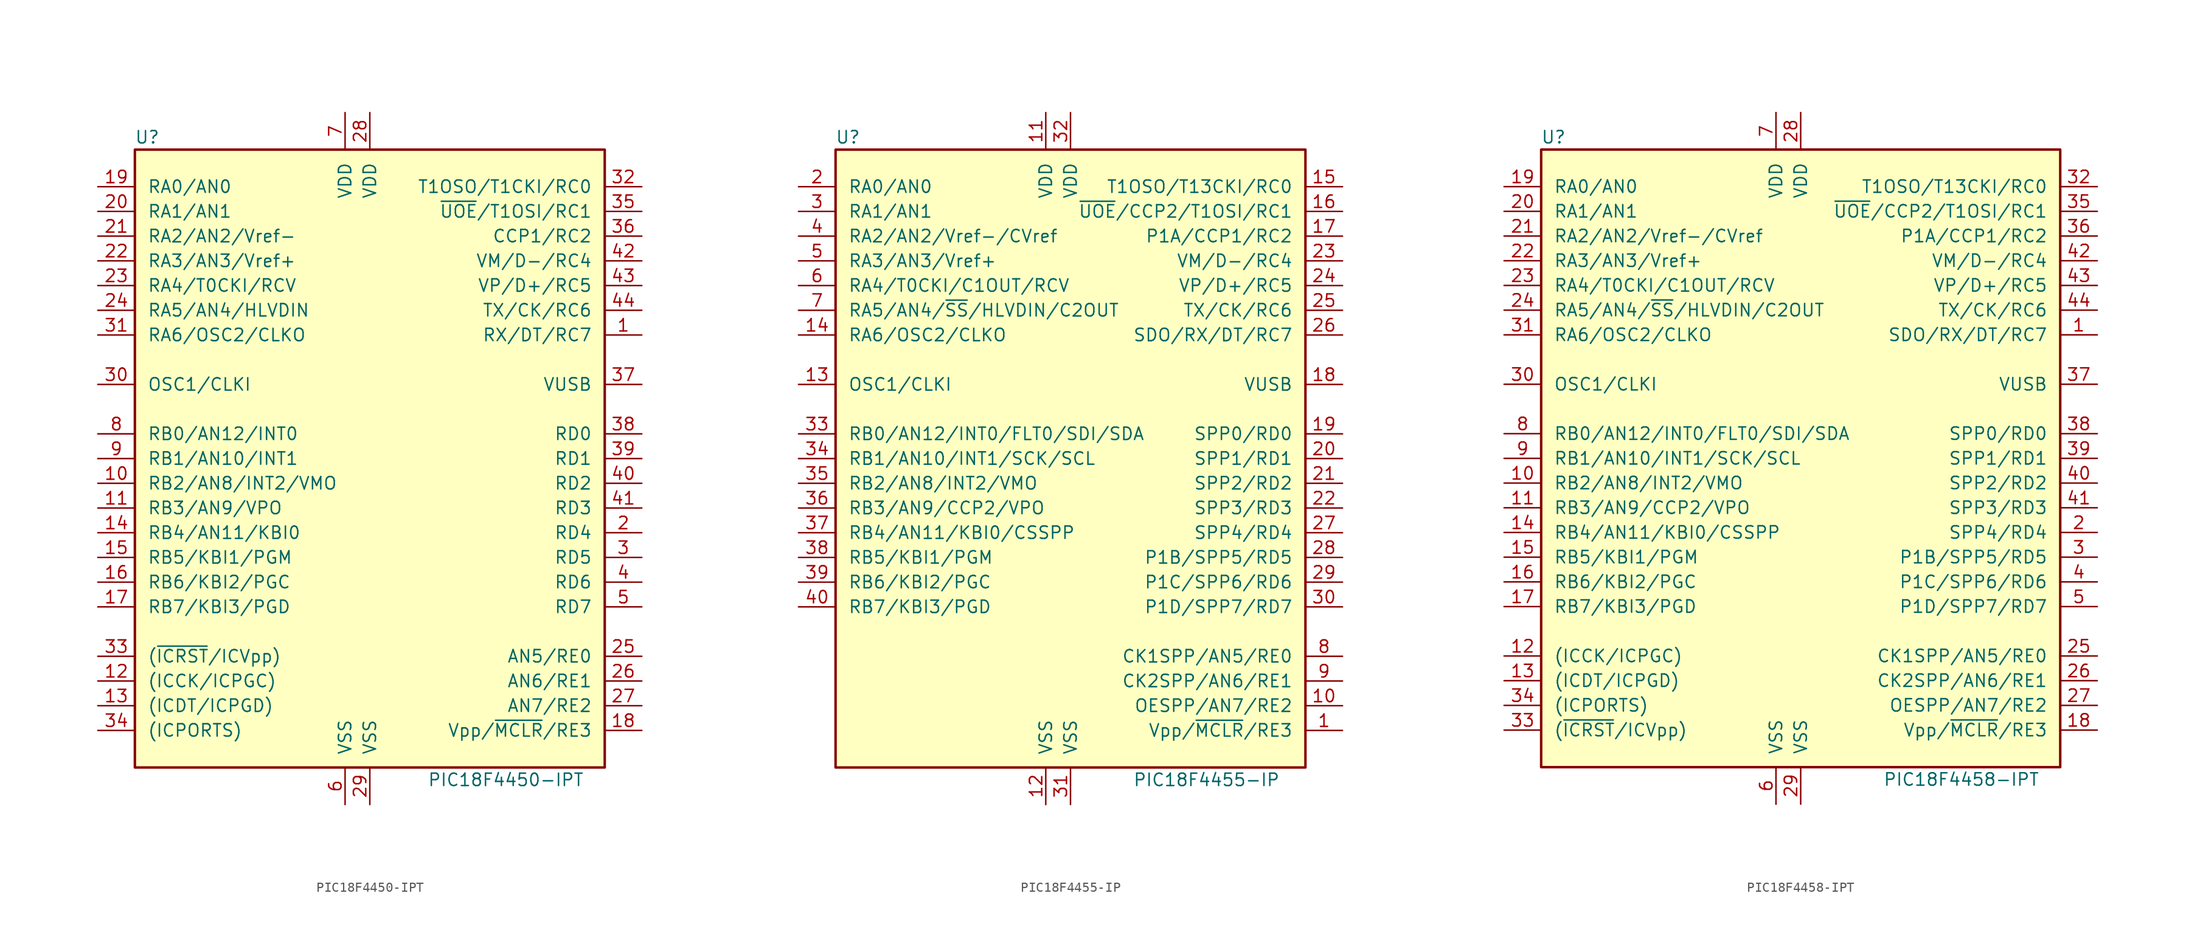
<source format=kicad_sym>
(kicad_symbol_lib
  (version 20231120)
  (generator "kicad_symbol_editor")
  (generator_version "8.0")
  (symbol "PIC18F4450-IPT"
    (pin_names
      (offset 1.27))
    (property "Reference" "U"
      (at -22.86 33.02 0)
      (effects (font (size 1.27 1.27))))
    (property "Value" "PIC18F4450-IPT"
      (at 13.97 -33.02 0)
      (effects (font (size 1.27 1.27))))
    (symbol "PIC18F4450-IPT_0_1"
      (rectangle (start -24.13 31.75) (end 24.13 -31.75) (stroke (width 0.254) (type default)) (fill (type background))))
    (symbol "PIC18F4450-IPT_1_1"
      (pin bidirectional line (at 27.94 12.7 180) (length 3.81) (name "RX/DT/RC7" (effects (font (size 1.27 1.27)))) (number "1" (effects (font (size 1.27 1.27)))))
      (pin bidirectional line (at -27.94 -2.54 0) (length 3.81) (name "RB2/AN8/INT2/VMO" (effects (font (size 1.27 1.27)))) (number "10" (effects (font (size 1.27 1.27)))))
      (pin bidirectional line (at -27.94 -5.08 0) (length 3.81) (name "RB3/AN9/VPO" (effects (font (size 1.27 1.27)))) (number "11" (effects (font (size 1.27 1.27)))))
      (pin bidirectional line (at -27.94 -22.86 0) (length 3.81) (name "(ICCK/ICPGC)" (effects (font (size 1.27 1.27)))) (number "12" (effects (font (size 1.27 1.27)))))
      (pin bidirectional line (at -27.94 -25.4 0) (length 3.81) (name "(ICDT/ICPGD)" (effects (font (size 1.27 1.27)))) (number "13" (effects (font (size 1.27 1.27)))))
      (pin bidirectional line (at -27.94 -7.62 0) (length 3.81) (name "RB4/AN11/KBI0" (effects (font (size 1.27 1.27)))) (number "14" (effects (font (size 1.27 1.27)))))
      (pin bidirectional line (at -27.94 -10.16 0) (length 3.81) (name "RB5/KBI1/PGM" (effects (font (size 1.27 1.27)))) (number "15" (effects (font (size 1.27 1.27)))))
      (pin bidirectional line (at -27.94 -12.7 0) (length 3.81) (name "RB6/KBI2/PGC" (effects (font (size 1.27 1.27)))) (number "16" (effects (font (size 1.27 1.27)))))
      (pin bidirectional line (at -27.94 -15.24 0) (length 3.81) (name "RB7/KBI3/PGD" (effects (font (size 1.27 1.27)))) (number "17" (effects (font (size 1.27 1.27)))))
      (pin input line (at 27.94 -27.94 180) (length 3.81) (name "Vpp/~{MCLR}/RE3" (effects (font (size 1.27 1.27)))) (number "18" (effects (font (size 1.27 1.27)))))
      (pin bidirectional line (at -27.94 27.94 0) (length 3.81) (name "RA0/AN0" (effects (font (size 1.27 1.27)))) (number "19" (effects (font (size 1.27 1.27)))))
      (pin bidirectional line (at 27.94 -7.62 180) (length 3.81) (name "RD4" (effects (font (size 1.27 1.27)))) (number "2" (effects (font (size 1.27 1.27)))))
      (pin bidirectional line (at -27.94 25.4 0) (length 3.81) (name "RA1/AN1" (effects (font (size 1.27 1.27)))) (number "20" (effects (font (size 1.27 1.27)))))
      (pin bidirectional line (at -27.94 22.86 0) (length 3.81) (name "RA2/AN2/Vref-" (effects (font (size 1.27 1.27)))) (number "21" (effects (font (size 1.27 1.27)))))
      (pin bidirectional line (at -27.94 20.32 0) (length 3.81) (name "RA3/AN3/Vref+" (effects (font (size 1.27 1.27)))) (number "22" (effects (font (size 1.27 1.27)))))
      (pin bidirectional line (at -27.94 17.78 0) (length 3.81) (name "RA4/T0CKI/RCV" (effects (font (size 1.27 1.27)))) (number "23" (effects (font (size 1.27 1.27)))))
      (pin bidirectional line (at -27.94 15.24 0) (length 3.81) (name "RA5/AN4/HLVDIN" (effects (font (size 1.27 1.27)))) (number "24" (effects (font (size 1.27 1.27)))))
      (pin bidirectional line (at 27.94 -20.32 180) (length 3.81) (name "AN5/RE0" (effects (font (size 1.27 1.27)))) (number "25" (effects (font (size 1.27 1.27)))))
      (pin bidirectional line (at 27.94 -22.86 180) (length 3.81) (name "AN6/RE1" (effects (font (size 1.27 1.27)))) (number "26" (effects (font (size 1.27 1.27)))))
      (pin bidirectional line (at 27.94 -25.4 180) (length 3.81) (name "AN7/RE2" (effects (font (size 1.27 1.27)))) (number "27" (effects (font (size 1.27 1.27)))))
      (pin power_in line (at 0 35.56 270) (length 3.81) (name "VDD" (effects (font (size 1.27 1.27)))) (number "28" (effects (font (size 1.27 1.27)))))
      (pin power_in line (at 0 -35.56 90) (length 3.81) (name "VSS" (effects (font (size 1.27 1.27)))) (number "29" (effects (font (size 1.27 1.27)))))
      (pin bidirectional line (at 27.94 -10.16 180) (length 3.81) (name "RD5" (effects (font (size 1.27 1.27)))) (number "3" (effects (font (size 1.27 1.27)))))
      (pin input line (at -27.94 7.62 0) (length 3.81) (name "OSC1/CLKI" (effects (font (size 1.27 1.27)))) (number "30" (effects (font (size 1.27 1.27)))))
      (pin output line (at -27.94 12.7 0) (length 3.81) (name "RA6/OSC2/CLKO" (effects (font (size 1.27 1.27)))) (number "31" (effects (font (size 1.27 1.27)))))
      (pin bidirectional line (at 27.94 27.94 180) (length 3.81) (name "T1OSO/T1CKI/RC0" (effects (font (size 1.27 1.27)))) (number "32" (effects (font (size 1.27 1.27)))))
      (pin input line (at -27.94 -20.32 0) (length 3.81) (name "(~{ICRST}/ICVpp)" (effects (font (size 1.27 1.27)))) (number "33" (effects (font (size 1.27 1.27)))))
      (pin bidirectional line (at -27.94 -27.94 0) (length 3.81) (name "(ICPORTS)" (effects (font (size 1.27 1.27)))) (number "34" (effects (font (size 1.27 1.27)))))
      (pin bidirectional line (at 27.94 25.4 180) (length 3.81) (name "~{UOE}/T1OSI/RC1" (effects (font (size 1.27 1.27)))) (number "35" (effects (font (size 1.27 1.27)))))
      (pin bidirectional line (at 27.94 22.86 180) (length 3.81) (name "CCP1/RC2" (effects (font (size 1.27 1.27)))) (number "36" (effects (font (size 1.27 1.27)))))
      (pin bidirectional line (at 27.94 7.62 180) (length 3.81) (name "VUSB" (effects (font (size 1.27 1.27)))) (number "37" (effects (font (size 1.27 1.27)))))
      (pin bidirectional line (at 27.94 2.54 180) (length 3.81) (name "RD0" (effects (font (size 1.27 1.27)))) (number "38" (effects (font (size 1.27 1.27)))))
      (pin bidirectional line (at 27.94 0 180) (length 3.81) (name "RD1" (effects (font (size 1.27 1.27)))) (number "39" (effects (font (size 1.27 1.27)))))
      (pin bidirectional line (at 27.94 -12.7 180) (length 3.81) (name "RD6" (effects (font (size 1.27 1.27)))) (number "4" (effects (font (size 1.27 1.27)))))
      (pin bidirectional line (at 27.94 -2.54 180) (length 3.81) (name "RD2" (effects (font (size 1.27 1.27)))) (number "40" (effects (font (size 1.27 1.27)))))
      (pin bidirectional line (at 27.94 -5.08 180) (length 3.81) (name "RD3" (effects (font (size 1.27 1.27)))) (number "41" (effects (font (size 1.27 1.27)))))
      (pin bidirectional line (at 27.94 20.32 180) (length 3.81) (name "VM/D-/RC4" (effects (font (size 1.27 1.27)))) (number "42" (effects (font (size 1.27 1.27)))))
      (pin bidirectional line (at 27.94 17.78 180) (length 3.81) (name "VP/D+/RC5" (effects (font (size 1.27 1.27)))) (number "43" (effects (font (size 1.27 1.27)))))
      (pin bidirectional line (at 27.94 15.24 180) (length 3.81) (name "TX/CK/RC6" (effects (font (size 1.27 1.27)))) (number "44" (effects (font (size 1.27 1.27)))))
      (pin bidirectional line (at 27.94 -15.24 180) (length 3.81) (name "RD7" (effects (font (size 1.27 1.27)))) (number "5" (effects (font (size 1.27 1.27)))))
      (pin power_in line (at -2.54 -35.56 90) (length 3.81) (name "VSS" (effects (font (size 1.27 1.27)))) (number "6" (effects (font (size 1.27 1.27)))))
      (pin power_in line (at -2.54 35.56 270) (length 3.81) (name "VDD" (effects (font (size 1.27 1.27)))) (number "7" (effects (font (size 1.27 1.27)))))
      (pin bidirectional line (at -27.94 2.54 0) (length 3.81) (name "RB0/AN12/INT0" (effects (font (size 1.27 1.27)))) (number "8" (effects (font (size 1.27 1.27)))))
      (pin bidirectional line (at -27.94 0 0) (length 3.81) (name "RB1/AN10/INT1" (effects (font (size 1.27 1.27)))) (number "9" (effects (font (size 1.27 1.27)))))))
  (symbol "PIC18F4455-IP"
    (pin_names
      (offset 1.27))
    (property "Reference" "U"
      (at -22.86 33.02 0)
      (effects (font (size 1.27 1.27))))
    (property "Value" "PIC18F4455-IP"
      (at 13.97 -33.02 0)
      (effects (font (size 1.27 1.27))))
    (symbol "PIC18F4455-IP_0_1"
      (rectangle (start -24.13 31.75) (end 24.13 -31.75) (stroke (width 0.254) (type default)) (fill (type background))))
    (symbol "PIC18F4455-IP_1_1"
      (pin input line (at 27.94 -27.94 180) (length 3.81) (name "Vpp/~{MCLR}/RE3" (effects (font (size 1.27 1.27)))) (number "1" (effects (font (size 1.27 1.27)))))
      (pin bidirectional line (at 27.94 -25.4 180) (length 3.81) (name "OESPP/AN7/RE2" (effects (font (size 1.27 1.27)))) (number "10" (effects (font (size 1.27 1.27)))))
      (pin power_in line (at -2.54 35.56 270) (length 3.81) (name "VDD" (effects (font (size 1.27 1.27)))) (number "11" (effects (font (size 1.27 1.27)))))
      (pin power_in line (at -2.54 -35.56 90) (length 3.81) (name "VSS" (effects (font (size 1.27 1.27)))) (number "12" (effects (font (size 1.27 1.27)))))
      (pin input line (at -27.94 7.62 0) (length 3.81) (name "OSC1/CLKI" (effects (font (size 1.27 1.27)))) (number "13" (effects (font (size 1.27 1.27)))))
      (pin output line (at -27.94 12.7 0) (length 3.81) (name "RA6/OSC2/CLKO" (effects (font (size 1.27 1.27)))) (number "14" (effects (font (size 1.27 1.27)))))
      (pin bidirectional line (at 27.94 27.94 180) (length 3.81) (name "T1OSO/T13CKI/RC0" (effects (font (size 1.27 1.27)))) (number "15" (effects (font (size 1.27 1.27)))))
      (pin bidirectional line (at 27.94 25.4 180) (length 3.81) (name "~{UOE}/CCP2/T1OSI/RC1" (effects (font (size 1.27 1.27)))) (number "16" (effects (font (size 1.27 1.27)))))
      (pin bidirectional line (at 27.94 22.86 180) (length 3.81) (name "P1A/CCP1/RC2" (effects (font (size 1.27 1.27)))) (number "17" (effects (font (size 1.27 1.27)))))
      (pin bidirectional line (at 27.94 7.62 180) (length 3.81) (name "VUSB" (effects (font (size 1.27 1.27)))) (number "18" (effects (font (size 1.27 1.27)))))
      (pin bidirectional line (at 27.94 2.54 180) (length 3.81) (name "SPP0/RD0" (effects (font (size 1.27 1.27)))) (number "19" (effects (font (size 1.27 1.27)))))
      (pin bidirectional line (at -27.94 27.94 0) (length 3.81) (name "RA0/AN0" (effects (font (size 1.27 1.27)))) (number "2" (effects (font (size 1.27 1.27)))))
      (pin bidirectional line (at 27.94 0 180) (length 3.81) (name "SPP1/RD1" (effects (font (size 1.27 1.27)))) (number "20" (effects (font (size 1.27 1.27)))))
      (pin bidirectional line (at 27.94 -2.54 180) (length 3.81) (name "SPP2/RD2" (effects (font (size 1.27 1.27)))) (number "21" (effects (font (size 1.27 1.27)))))
      (pin bidirectional line (at 27.94 -5.08 180) (length 3.81) (name "SPP3/RD3" (effects (font (size 1.27 1.27)))) (number "22" (effects (font (size 1.27 1.27)))))
      (pin bidirectional line (at 27.94 20.32 180) (length 3.81) (name "VM/D-/RC4" (effects (font (size 1.27 1.27)))) (number "23" (effects (font (size 1.27 1.27)))))
      (pin bidirectional line (at 27.94 17.78 180) (length 3.81) (name "VP/D+/RC5" (effects (font (size 1.27 1.27)))) (number "24" (effects (font (size 1.27 1.27)))))
      (pin bidirectional line (at 27.94 15.24 180) (length 3.81) (name "TX/CK/RC6" (effects (font (size 1.27 1.27)))) (number "25" (effects (font (size 1.27 1.27)))))
      (pin bidirectional line (at 27.94 12.7 180) (length 3.81) (name "SDO/RX/DT/RC7" (effects (font (size 1.27 1.27)))) (number "26" (effects (font (size 1.27 1.27)))))
      (pin bidirectional line (at 27.94 -7.62 180) (length 3.81) (name "SPP4/RD4" (effects (font (size 1.27 1.27)))) (number "27" (effects (font (size 1.27 1.27)))))
      (pin bidirectional line (at 27.94 -10.16 180) (length 3.81) (name "P1B/SPP5/RD5" (effects (font (size 1.27 1.27)))) (number "28" (effects (font (size 1.27 1.27)))))
      (pin bidirectional line (at 27.94 -12.7 180) (length 3.81) (name "P1C/SPP6/RD6" (effects (font (size 1.27 1.27)))) (number "29" (effects (font (size 1.27 1.27)))))
      (pin bidirectional line (at -27.94 25.4 0) (length 3.81) (name "RA1/AN1" (effects (font (size 1.27 1.27)))) (number "3" (effects (font (size 1.27 1.27)))))
      (pin bidirectional line (at 27.94 -15.24 180) (length 3.81) (name "P1D/SPP7/RD7" (effects (font (size 1.27 1.27)))) (number "30" (effects (font (size 1.27 1.27)))))
      (pin power_in line (at 0 -35.56 90) (length 3.81) (name "VSS" (effects (font (size 1.27 1.27)))) (number "31" (effects (font (size 1.27 1.27)))))
      (pin power_in line (at 0 35.56 270) (length 3.81) (name "VDD" (effects (font (size 1.27 1.27)))) (number "32" (effects (font (size 1.27 1.27)))))
      (pin bidirectional line (at -27.94 2.54 0) (length 3.81) (name "RB0/AN12/INT0/FLT0/SDI/SDA" (effects (font (size 1.27 1.27)))) (number "33" (effects (font (size 1.27 1.27)))))
      (pin bidirectional line (at -27.94 0 0) (length 3.81) (name "RB1/AN10/INT1/SCK/SCL" (effects (font (size 1.27 1.27)))) (number "34" (effects (font (size 1.27 1.27)))))
      (pin bidirectional line (at -27.94 -2.54 0) (length 3.81) (name "RB2/AN8/INT2/VMO" (effects (font (size 1.27 1.27)))) (number "35" (effects (font (size 1.27 1.27)))))
      (pin bidirectional line (at -27.94 -5.08 0) (length 3.81) (name "RB3/AN9/CCP2/VPO" (effects (font (size 1.27 1.27)))) (number "36" (effects (font (size 1.27 1.27)))))
      (pin bidirectional line (at -27.94 -7.62 0) (length 3.81) (name "RB4/AN11/KBI0/CSSPP" (effects (font (size 1.27 1.27)))) (number "37" (effects (font (size 1.27 1.27)))))
      (pin bidirectional line (at -27.94 -10.16 0) (length 3.81) (name "RB5/KBI1/PGM" (effects (font (size 1.27 1.27)))) (number "38" (effects (font (size 1.27 1.27)))))
      (pin bidirectional line (at -27.94 -12.7 0) (length 3.81) (name "RB6/KBI2/PGC" (effects (font (size 1.27 1.27)))) (number "39" (effects (font (size 1.27 1.27)))))
      (pin bidirectional line (at -27.94 22.86 0) (length 3.81) (name "RA2/AN2/Vref-/CVref" (effects (font (size 1.27 1.27)))) (number "4" (effects (font (size 1.27 1.27)))))
      (pin bidirectional line (at -27.94 -15.24 0) (length 3.81) (name "RB7/KBI3/PGD" (effects (font (size 1.27 1.27)))) (number "40" (effects (font (size 1.27 1.27)))))
      (pin bidirectional line (at -27.94 20.32 0) (length 3.81) (name "RA3/AN3/Vref+" (effects (font (size 1.27 1.27)))) (number "5" (effects (font (size 1.27 1.27)))))
      (pin bidirectional line (at -27.94 17.78 0) (length 3.81) (name "RA4/T0CKI/C1OUT/RCV" (effects (font (size 1.27 1.27)))) (number "6" (effects (font (size 1.27 1.27)))))
      (pin bidirectional line (at -27.94 15.24 0) (length 3.81) (name "RA5/AN4/~{SS}/HLVDIN/C2OUT" (effects (font (size 1.27 1.27)))) (number "7" (effects (font (size 1.27 1.27)))))
      (pin bidirectional line (at 27.94 -20.32 180) (length 3.81) (name "CK1SPP/AN5/RE0" (effects (font (size 1.27 1.27)))) (number "8" (effects (font (size 1.27 1.27)))))
      (pin bidirectional line (at 27.94 -22.86 180) (length 3.81) (name "CK2SPP/AN6/RE1" (effects (font (size 1.27 1.27)))) (number "9" (effects (font (size 1.27 1.27)))))))
  (symbol "PIC18F4458-IPT"
    (pin_names
      (offset 1.27))
    (property "Reference" "U"
      (at -25.4 33.02 0)
      (effects (font (size 1.27 1.27))))
    (property "Value" "PIC18F4458-IPT"
      (at 16.51 -33.02 0)
      (effects (font (size 1.27 1.27))))
    (symbol "PIC18F4458-IPT_0_1"
      (rectangle (start -26.67 31.75) (end 26.67 -31.75) (stroke (width 0.254) (type default)) (fill (type background))))
    (symbol "PIC18F4458-IPT_1_1"
      (pin bidirectional line (at 30.48 12.7 180) (length 3.81) (name "SDO/RX/DT/RC7" (effects (font (size 1.27 1.27)))) (number "1" (effects (font (size 1.27 1.27)))))
      (pin bidirectional line (at -30.48 -2.54 0) (length 3.81) (name "RB2/AN8/INT2/VMO" (effects (font (size 1.27 1.27)))) (number "10" (effects (font (size 1.27 1.27)))))
      (pin bidirectional line (at -30.48 -5.08 0) (length 3.81) (name "RB3/AN9/CCP2/VPO" (effects (font (size 1.27 1.27)))) (number "11" (effects (font (size 1.27 1.27)))))
      (pin bidirectional line (at -30.48 -20.32 0) (length 3.81) (name "(ICCK/ICPGC)" (effects (font (size 1.27 1.27)))) (number "12" (effects (font (size 1.27 1.27)))))
      (pin bidirectional line (at -30.48 -22.86 0) (length 3.81) (name "(ICDT/ICPGD)" (effects (font (size 1.27 1.27)))) (number "13" (effects (font (size 1.27 1.27)))))
      (pin bidirectional line (at -30.48 -7.62 0) (length 3.81) (name "RB4/AN11/KBI0/CSSPP" (effects (font (size 1.27 1.27)))) (number "14" (effects (font (size 1.27 1.27)))))
      (pin bidirectional line (at -30.48 -10.16 0) (length 3.81) (name "RB5/KBI1/PGM" (effects (font (size 1.27 1.27)))) (number "15" (effects (font (size 1.27 1.27)))))
      (pin bidirectional line (at -30.48 -12.7 0) (length 3.81) (name "RB6/KBI2/PGC" (effects (font (size 1.27 1.27)))) (number "16" (effects (font (size 1.27 1.27)))))
      (pin bidirectional line (at -30.48 -15.24 0) (length 3.81) (name "RB7/KBI3/PGD" (effects (font (size 1.27 1.27)))) (number "17" (effects (font (size 1.27 1.27)))))
      (pin input line (at 30.48 -27.94 180) (length 3.81) (name "Vpp/~{MCLR}/RE3" (effects (font (size 1.27 1.27)))) (number "18" (effects (font (size 1.27 1.27)))))
      (pin bidirectional line (at -30.48 27.94 0) (length 3.81) (name "RA0/AN0" (effects (font (size 1.27 1.27)))) (number "19" (effects (font (size 1.27 1.27)))))
      (pin bidirectional line (at 30.48 -7.62 180) (length 3.81) (name "SPP4/RD4" (effects (font (size 1.27 1.27)))) (number "2" (effects (font (size 1.27 1.27)))))
      (pin bidirectional line (at -30.48 25.4 0) (length 3.81) (name "RA1/AN1" (effects (font (size 1.27 1.27)))) (number "20" (effects (font (size 1.27 1.27)))))
      (pin bidirectional line (at -30.48 22.86 0) (length 3.81) (name "RA2/AN2/Vref-/CVref" (effects (font (size 1.27 1.27)))) (number "21" (effects (font (size 1.27 1.27)))))
      (pin bidirectional line (at -30.48 20.32 0) (length 3.81) (name "RA3/AN3/Vref+" (effects (font (size 1.27 1.27)))) (number "22" (effects (font (size 1.27 1.27)))))
      (pin bidirectional line (at -30.48 17.78 0) (length 3.81) (name "RA4/T0CKI/C1OUT/RCV" (effects (font (size 1.27 1.27)))) (number "23" (effects (font (size 1.27 1.27)))))
      (pin bidirectional line (at -30.48 15.24 0) (length 3.81) (name "RA5/AN4/~{SS}/HLVDIN/C2OUT" (effects (font (size 1.27 1.27)))) (number "24" (effects (font (size 1.27 1.27)))))
      (pin bidirectional line (at 30.48 -20.32 180) (length 3.81) (name "CK1SPP/AN5/RE0" (effects (font (size 1.27 1.27)))) (number "25" (effects (font (size 1.27 1.27)))))
      (pin bidirectional line (at 30.48 -22.86 180) (length 3.81) (name "CK2SPP/AN6/RE1" (effects (font (size 1.27 1.27)))) (number "26" (effects (font (size 1.27 1.27)))))
      (pin bidirectional line (at 30.48 -25.4 180) (length 3.81) (name "OESPP/AN7/RE2" (effects (font (size 1.27 1.27)))) (number "27" (effects (font (size 1.27 1.27)))))
      (pin power_in line (at 0 35.56 270) (length 3.81) (name "VDD" (effects (font (size 1.27 1.27)))) (number "28" (effects (font (size 1.27 1.27)))))
      (pin power_in line (at 0 -35.56 90) (length 3.81) (name "VSS" (effects (font (size 1.27 1.27)))) (number "29" (effects (font (size 1.27 1.27)))))
      (pin bidirectional line (at 30.48 -10.16 180) (length 3.81) (name "P1B/SPP5/RD5" (effects (font (size 1.27 1.27)))) (number "3" (effects (font (size 1.27 1.27)))))
      (pin input line (at -30.48 7.62 0) (length 3.81) (name "OSC1/CLKI" (effects (font (size 1.27 1.27)))) (number "30" (effects (font (size 1.27 1.27)))))
      (pin bidirectional line (at -30.48 12.7 0) (length 3.81) (name "RA6/OSC2/CLKO" (effects (font (size 1.27 1.27)))) (number "31" (effects (font (size 1.27 1.27)))))
      (pin bidirectional line (at 30.48 27.94 180) (length 3.81) (name "T1OSO/T13CKI/RC0" (effects (font (size 1.27 1.27)))) (number "32" (effects (font (size 1.27 1.27)))))
      (pin input line (at -30.48 -27.94 0) (length 3.81) (name "(~{ICRST}/ICVpp)" (effects (font (size 1.27 1.27)))) (number "33" (effects (font (size 1.27 1.27)))))
      (pin input line (at -30.48 -25.4 0) (length 3.81) (name "(ICPORTS)" (effects (font (size 1.27 1.27)))) (number "34" (effects (font (size 1.27 1.27)))))
      (pin bidirectional line (at 30.48 25.4 180) (length 3.81) (name "~{UOE}/CCP2/T1OSI/RC1" (effects (font (size 1.27 1.27)))) (number "35" (effects (font (size 1.27 1.27)))))
      (pin bidirectional line (at 30.48 22.86 180) (length 3.81) (name "P1A/CCP1/RC2" (effects (font (size 1.27 1.27)))) (number "36" (effects (font (size 1.27 1.27)))))
      (pin bidirectional line (at 30.48 7.62 180) (length 3.81) (name "VUSB" (effects (font (size 1.27 1.27)))) (number "37" (effects (font (size 1.27 1.27)))))
      (pin bidirectional line (at 30.48 2.54 180) (length 3.81) (name "SPP0/RD0" (effects (font (size 1.27 1.27)))) (number "38" (effects (font (size 1.27 1.27)))))
      (pin bidirectional line (at 30.48 0 180) (length 3.81) (name "SPP1/RD1" (effects (font (size 1.27 1.27)))) (number "39" (effects (font (size 1.27 1.27)))))
      (pin bidirectional line (at 30.48 -12.7 180) (length 3.81) (name "P1C/SPP6/RD6" (effects (font (size 1.27 1.27)))) (number "4" (effects (font (size 1.27 1.27)))))
      (pin bidirectional line (at 30.48 -2.54 180) (length 3.81) (name "SPP2/RD2" (effects (font (size 1.27 1.27)))) (number "40" (effects (font (size 1.27 1.27)))))
      (pin bidirectional line (at 30.48 -5.08 180) (length 3.81) (name "SPP3/RD3" (effects (font (size 1.27 1.27)))) (number "41" (effects (font (size 1.27 1.27)))))
      (pin bidirectional line (at 30.48 20.32 180) (length 3.81) (name "VM/D-/RC4" (effects (font (size 1.27 1.27)))) (number "42" (effects (font (size 1.27 1.27)))))
      (pin bidirectional line (at 30.48 17.78 180) (length 3.81) (name "VP/D+/RC5" (effects (font (size 1.27 1.27)))) (number "43" (effects (font (size 1.27 1.27)))))
      (pin bidirectional line (at 30.48 15.24 180) (length 3.81) (name "TX/CK/RC6" (effects (font (size 1.27 1.27)))) (number "44" (effects (font (size 1.27 1.27)))))
      (pin bidirectional line (at 30.48 -15.24 180) (length 3.81) (name "P1D/SPP7/RD7" (effects (font (size 1.27 1.27)))) (number "5" (effects (font (size 1.27 1.27)))))
      (pin power_in line (at -2.54 -35.56 90) (length 3.81) (name "VSS" (effects (font (size 1.27 1.27)))) (number "6" (effects (font (size 1.27 1.27)))))
      (pin power_in line (at -2.54 35.56 270) (length 3.81) (name "VDD" (effects (font (size 1.27 1.27)))) (number "7" (effects (font (size 1.27 1.27)))))
      (pin bidirectional line (at -30.48 2.54 0) (length 3.81) (name "RB0/AN12/INT0/FLT0/SDI/SDA" (effects (font (size 1.27 1.27)))) (number "8" (effects (font (size 1.27 1.27)))))
      (pin bidirectional line (at -30.48 0 0) (length 3.81) (name "RB1/AN10/INT1/SCK/SCL" (effects (font (size 1.27 1.27)))) (number "9" (effects (font (size 1.27 1.27))))))))
</source>
